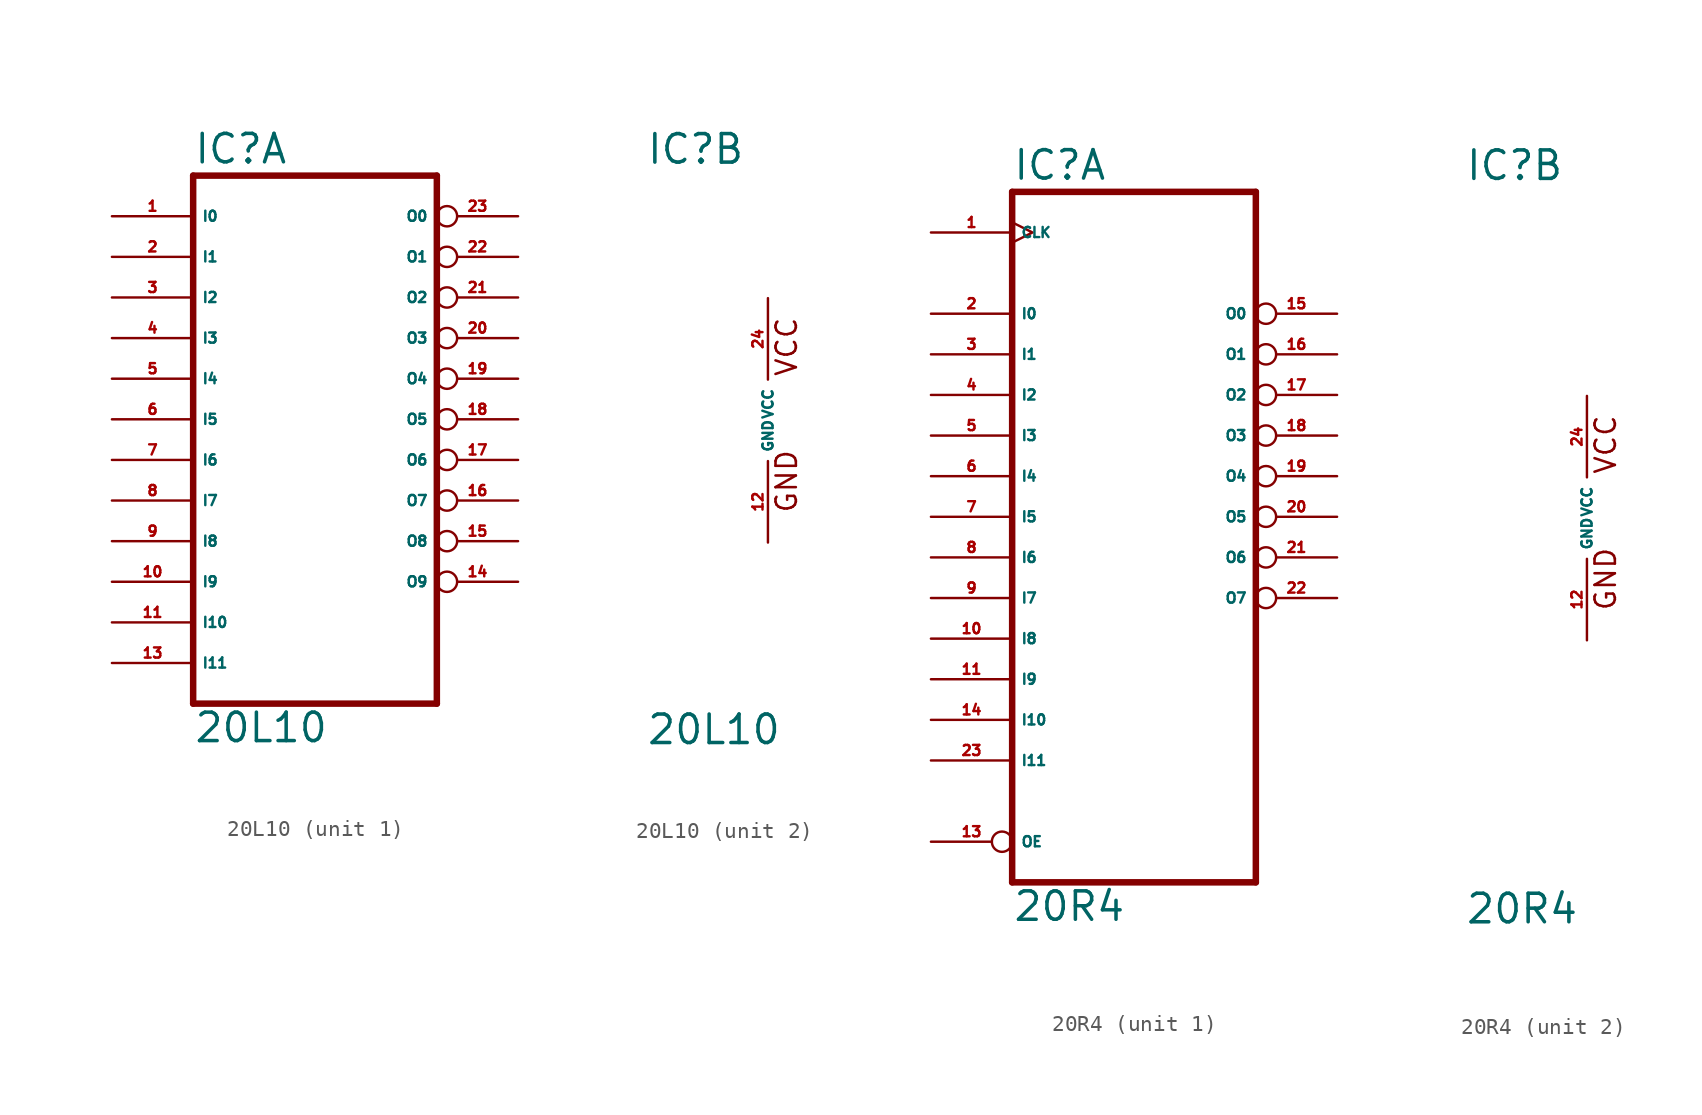
<source format=kicad_sym>
(kicad_symbol_lib
  (version 20220914)
  (generator Eagle2Kicad)
  (symbol "20L10"
    (property "Reference" "IC"
      (at -7.62 15.875 0)
      (effects (font (size 1.778 1.778) (thickness 0.22)) (justify left bottom)))
    (property "Value" "20L10"
      (at -7.62 -20.32 0)
      (effects (font (size 1.778 1.778) (thickness 0.22)) (justify left bottom)))
    (symbol "20L10_1_0"
      (polyline (pts (xy -7.62 -17.78) (xy 7.62 -17.78)) (stroke (width 0.406) (type default)) (fill (type none)))
      (polyline (pts (xy 7.62 -17.78) (xy 7.62 15.24)) (stroke (width 0.406) (type default)) (fill (type none)))
      (polyline (pts (xy 7.62 15.24) (xy -7.62 15.24)) (stroke (width 0.406) (type default)) (fill (type none)))
      (polyline (pts (xy -7.62 15.24) (xy -7.62 -17.78)) (stroke (width 0.406) (type default)) (fill (type none)))
      (pin input line (at -12.7 12.7 0) (length 5.08) (name "I0" (effects (font (size 0.635 0.635) (thickness 0.08)) (justify left bottom))) (number "1" (effects (font (size 0.635 0.635) (thickness 0.08)) (justify left bottom))))
      (pin input line (at -12.7 10.16 0) (length 5.08) (name "I1" (effects (font (size 0.635 0.635) (thickness 0.08)) (justify left bottom))) (number "2" (effects (font (size 0.635 0.635) (thickness 0.08)) (justify left bottom))))
      (pin input line (at -12.7 7.62 0) (length 5.08) (name "I2" (effects (font (size 0.635 0.635) (thickness 0.08)) (justify left bottom))) (number "3" (effects (font (size 0.635 0.635) (thickness 0.08)) (justify left bottom))))
      (pin input line (at -12.7 5.08 0) (length 5.08) (name "I3" (effects (font (size 0.635 0.635) (thickness 0.08)) (justify left bottom))) (number "4" (effects (font (size 0.635 0.635) (thickness 0.08)) (justify left bottom))))
      (pin input line (at -12.7 2.54 0) (length 5.08) (name "I4" (effects (font (size 0.635 0.635) (thickness 0.08)) (justify left bottom))) (number "5" (effects (font (size 0.635 0.635) (thickness 0.08)) (justify left bottom))))
      (pin input line (at -12.7 0 0) (length 5.08) (name "I5" (effects (font (size 0.635 0.635) (thickness 0.08)) (justify left bottom))) (number "6" (effects (font (size 0.635 0.635) (thickness 0.08)) (justify left bottom))))
      (pin input line (at -12.7 -2.54 0) (length 5.08) (name "I6" (effects (font (size 0.635 0.635) (thickness 0.08)) (justify left bottom))) (number "7" (effects (font (size 0.635 0.635) (thickness 0.08)) (justify left bottom))))
      (pin input line (at -12.7 -5.08 0) (length 5.08) (name "I7" (effects (font (size 0.635 0.635) (thickness 0.08)) (justify left bottom))) (number "8" (effects (font (size 0.635 0.635) (thickness 0.08)) (justify left bottom))))
      (pin input line (at -12.7 -7.62 0) (length 5.08) (name "I8" (effects (font (size 0.635 0.635) (thickness 0.08)) (justify left bottom))) (number "9" (effects (font (size 0.635 0.635) (thickness 0.08)) (justify left bottom))))
      (pin input line (at -12.7 -10.16 0) (length 5.08) (name "I9" (effects (font (size 0.635 0.635) (thickness 0.08)) (justify left bottom))) (number "10" (effects (font (size 0.635 0.635) (thickness 0.08)) (justify left bottom))))
      (pin input line (at -12.7 -12.7 0) (length 5.08) (name "I10" (effects (font (size 0.635 0.635) (thickness 0.08)) (justify left bottom))) (number "11" (effects (font (size 0.635 0.635) (thickness 0.08)) (justify left bottom))))
      (pin input line (at -12.7 -15.24 0) (length 5.08) (name "I11" (effects (font (size 0.635 0.635) (thickness 0.08)) (justify left bottom))) (number "13" (effects (font (size 0.635 0.635) (thickness 0.08)) (justify left bottom))))
      (pin output inverted (at 12.7 -10.16 180) (length 5.08) (name "O9" (effects (font (size 0.635 0.635) (thickness 0.08)) (justify left bottom))) (number "14" (effects (font (size 0.635 0.635) (thickness 0.08)) (justify left bottom))))
      (pin bidirectional inverted (at 12.7 -7.62 180) (length 5.08) (name "O8" (effects (font (size 0.635 0.635) (thickness 0.08)) (justify left bottom))) (number "15" (effects (font (size 0.635 0.635) (thickness 0.08)) (justify left bottom))))
      (pin bidirectional inverted (at 12.7 -5.08 180) (length 5.08) (name "O7" (effects (font (size 0.635 0.635) (thickness 0.08)) (justify left bottom))) (number "16" (effects (font (size 0.635 0.635) (thickness 0.08)) (justify left bottom))))
      (pin bidirectional inverted (at 12.7 -2.54 180) (length 5.08) (name "O6" (effects (font (size 0.635 0.635) (thickness 0.08)) (justify left bottom))) (number "17" (effects (font (size 0.635 0.635) (thickness 0.08)) (justify left bottom))))
      (pin bidirectional inverted (at 12.7 0 180) (length 5.08) (name "O5" (effects (font (size 0.635 0.635) (thickness 0.08)) (justify left bottom))) (number "18" (effects (font (size 0.635 0.635) (thickness 0.08)) (justify left bottom))))
      (pin bidirectional inverted (at 12.7 2.54 180) (length 5.08) (name "O4" (effects (font (size 0.635 0.635) (thickness 0.08)) (justify left bottom))) (number "19" (effects (font (size 0.635 0.635) (thickness 0.08)) (justify left bottom))))
      (pin bidirectional inverted (at 12.7 5.08 180) (length 5.08) (name "O3" (effects (font (size 0.635 0.635) (thickness 0.08)) (justify left bottom))) (number "20" (effects (font (size 0.635 0.635) (thickness 0.08)) (justify left bottom))))
      (pin bidirectional inverted (at 12.7 7.62 180) (length 5.08) (name "O2" (effects (font (size 0.635 0.635) (thickness 0.08)) (justify left bottom))) (number "21" (effects (font (size 0.635 0.635) (thickness 0.08)) (justify left bottom))))
      (pin bidirectional inverted (at 12.7 10.16 180) (length 5.08) (name "O1" (effects (font (size 0.635 0.635) (thickness 0.08)) (justify left bottom))) (number "22" (effects (font (size 0.635 0.635) (thickness 0.08)) (justify left bottom))))
      (pin output inverted (at 12.7 12.7 180) (length 5.08) (name "O0" (effects (font (size 0.635 0.635) (thickness 0.08)) (justify left bottom))) (number "23" (effects (font (size 0.635 0.635) (thickness 0.08)) (justify left bottom)))))
    (symbol "20L10_2_0"
      (text "GND" (at 1.905 -5.842 900) (effects (font (size 1.27 1.27) (thickness 0.16)) (justify left bottom)))
      (text "VCC" (at 1.905 2.667 900) (effects (font (size 1.27 1.27) (thickness 0.16)) (justify left bottom)))
      (pin unspecified line (at 0 -7.62 90) (length 5.08) (name "GND" (effects (font (size 0.635 0.635) (thickness 0.08)) (justify left bottom))) (number "12" (effects (font (size 0.635 0.635) (thickness 0.08)) (justify left bottom))))
      (pin unspecified line (at 0 7.62 270) (length 5.08) (name "VCC" (effects (font (size 0.635 0.635) (thickness 0.08)) (justify left bottom))) (number "24" (effects (font (size 0.635 0.635) (thickness 0.08)) (justify left bottom))))))
  (symbol "20R4"
    (property "Reference" "IC"
      (at -7.62 20.955 0)
      (effects (font (size 1.778 1.778) (thickness 0.22)) (justify left bottom)))
    (property "Value" "20R4"
      (at -7.62 -25.4 0)
      (effects (font (size 1.778 1.778) (thickness 0.22)) (justify left bottom)))
    (symbol "20R4_1_0"
      (polyline (pts (xy -7.62 20.32) (xy 7.62 20.32)) (stroke (width 0.406) (type default)) (fill (type none)))
      (polyline (pts (xy 7.62 -22.86) (xy 7.62 20.32)) (stroke (width 0.406) (type default)) (fill (type none)))
      (polyline (pts (xy 7.62 -22.86) (xy -7.62 -22.86)) (stroke (width 0.406) (type default)) (fill (type none)))
      (polyline (pts (xy -7.62 20.32) (xy -7.62 -22.86)) (stroke (width 0.406) (type default)) (fill (type none)))
      (pin input line (at -12.7 12.7 0) (length 5.08) (name "I0" (effects (font (size 0.635 0.635) (thickness 0.08)) (justify left bottom))) (number "2" (effects (font (size 0.635 0.635) (thickness 0.08)) (justify left bottom))))
      (pin input line (at -12.7 10.16 0) (length 5.08) (name "I1" (effects (font (size 0.635 0.635) (thickness 0.08)) (justify left bottom))) (number "3" (effects (font (size 0.635 0.635) (thickness 0.08)) (justify left bottom))))
      (pin input line (at -12.7 7.62 0) (length 5.08) (name "I2" (effects (font (size 0.635 0.635) (thickness 0.08)) (justify left bottom))) (number "4" (effects (font (size 0.635 0.635) (thickness 0.08)) (justify left bottom))))
      (pin input line (at -12.7 5.08 0) (length 5.08) (name "I3" (effects (font (size 0.635 0.635) (thickness 0.08)) (justify left bottom))) (number "5" (effects (font (size 0.635 0.635) (thickness 0.08)) (justify left bottom))))
      (pin input line (at -12.7 2.54 0) (length 5.08) (name "I4" (effects (font (size 0.635 0.635) (thickness 0.08)) (justify left bottom))) (number "6" (effects (font (size 0.635 0.635) (thickness 0.08)) (justify left bottom))))
      (pin input line (at -12.7 0 0) (length 5.08) (name "I5" (effects (font (size 0.635 0.635) (thickness 0.08)) (justify left bottom))) (number "7" (effects (font (size 0.635 0.635) (thickness 0.08)) (justify left bottom))))
      (pin input line (at -12.7 -2.54 0) (length 5.08) (name "I6" (effects (font (size 0.635 0.635) (thickness 0.08)) (justify left bottom))) (number "8" (effects (font (size 0.635 0.635) (thickness 0.08)) (justify left bottom))))
      (pin input line (at -12.7 -5.08 0) (length 5.08) (name "I7" (effects (font (size 0.635 0.635) (thickness 0.08)) (justify left bottom))) (number "9" (effects (font (size 0.635 0.635) (thickness 0.08)) (justify left bottom))))
      (pin input line (at -12.7 -7.62 0) (length 5.08) (name "I8" (effects (font (size 0.635 0.635) (thickness 0.08)) (justify left bottom))) (number "10" (effects (font (size 0.635 0.635) (thickness 0.08)) (justify left bottom))))
      (pin bidirectional inverted (at 12.7 12.7 180) (length 5.08) (name "O0" (effects (font (size 0.635 0.635) (thickness 0.08)) (justify left bottom))) (number "15" (effects (font (size 0.635 0.635) (thickness 0.08)) (justify left bottom))))
      (pin bidirectional inverted (at 12.7 10.16 180) (length 5.08) (name "O1" (effects (font (size 0.635 0.635) (thickness 0.08)) (justify left bottom))) (number "16" (effects (font (size 0.635 0.635) (thickness 0.08)) (justify left bottom))))
      (pin output inverted (at 12.7 7.62 180) (length 5.08) (name "O2" (effects (font (size 0.635 0.635) (thickness 0.08)) (justify left bottom))) (number "17" (effects (font (size 0.635 0.635) (thickness 0.08)) (justify left bottom))))
      (pin output inverted (at 12.7 5.08 180) (length 5.08) (name "O3" (effects (font (size 0.635 0.635) (thickness 0.08)) (justify left bottom))) (number "18" (effects (font (size 0.635 0.635) (thickness 0.08)) (justify left bottom))))
      (pin output inverted (at 12.7 2.54 180) (length 5.08) (name "O4" (effects (font (size 0.635 0.635) (thickness 0.08)) (justify left bottom))) (number "19" (effects (font (size 0.635 0.635) (thickness 0.08)) (justify left bottom))))
      (pin output inverted (at 12.7 0 180) (length 5.08) (name "O5" (effects (font (size 0.635 0.635) (thickness 0.08)) (justify left bottom))) (number "20" (effects (font (size 0.635 0.635) (thickness 0.08)) (justify left bottom))))
      (pin bidirectional inverted (at 12.7 -2.54 180) (length 5.08) (name "O6" (effects (font (size 0.635 0.635) (thickness 0.08)) (justify left bottom))) (number "21" (effects (font (size 0.635 0.635) (thickness 0.08)) (justify left bottom))))
      (pin input clock (at -12.7 17.78 0) (length 5.08) (name "CLK" (effects (font (size 0.635 0.635) (thickness 0.08)) (justify left bottom))) (number "1" (effects (font (size 0.635 0.635) (thickness 0.08)) (justify left bottom))))
      (pin input line (at -12.7 -10.16 0) (length 5.08) (name "I9" (effects (font (size 0.635 0.635) (thickness 0.08)) (justify left bottom))) (number "11" (effects (font (size 0.635 0.635) (thickness 0.08)) (justify left bottom))))
      (pin input line (at -12.7 -12.7 0) (length 5.08) (name "I10" (effects (font (size 0.635 0.635) (thickness 0.08)) (justify left bottom))) (number "14" (effects (font (size 0.635 0.635) (thickness 0.08)) (justify left bottom))))
      (pin input line (at -12.7 -15.24 0) (length 5.08) (name "I11" (effects (font (size 0.635 0.635) (thickness 0.08)) (justify left bottom))) (number "23" (effects (font (size 0.635 0.635) (thickness 0.08)) (justify left bottom))))
      (pin input inverted (at -12.7 -20.32 0) (length 5.08) (name "OE" (effects (font (size 0.635 0.635) (thickness 0.08)) (justify left bottom))) (number "13" (effects (font (size 0.635 0.635) (thickness 0.08)) (justify left bottom))))
      (pin bidirectional inverted (at 12.7 -5.08 180) (length 5.08) (name "O7" (effects (font (size 0.635 0.635) (thickness 0.08)) (justify left bottom))) (number "22" (effects (font (size 0.635 0.635) (thickness 0.08)) (justify left bottom)))))
    (symbol "20R4_2_0"
      (text "GND" (at 1.905 -5.842 900) (effects (font (size 1.27 1.27) (thickness 0.16)) (justify left bottom)))
      (text "VCC" (at 1.905 2.667 900) (effects (font (size 1.27 1.27) (thickness 0.16)) (justify left bottom)))
      (pin unspecified line (at 0 -7.62 90) (length 5.08) (name "GND" (effects (font (size 0.635 0.635) (thickness 0.08)) (justify left bottom))) (number "12" (effects (font (size 0.635 0.635) (thickness 0.08)) (justify left bottom))))
      (pin unspecified line (at 0 7.62 270) (length 5.08) (name "VCC" (effects (font (size 0.635 0.635) (thickness 0.08)) (justify left bottom))) (number "24" (effects (font (size 0.635 0.635) (thickness 0.08)) (justify left bottom)))))))
</source>
